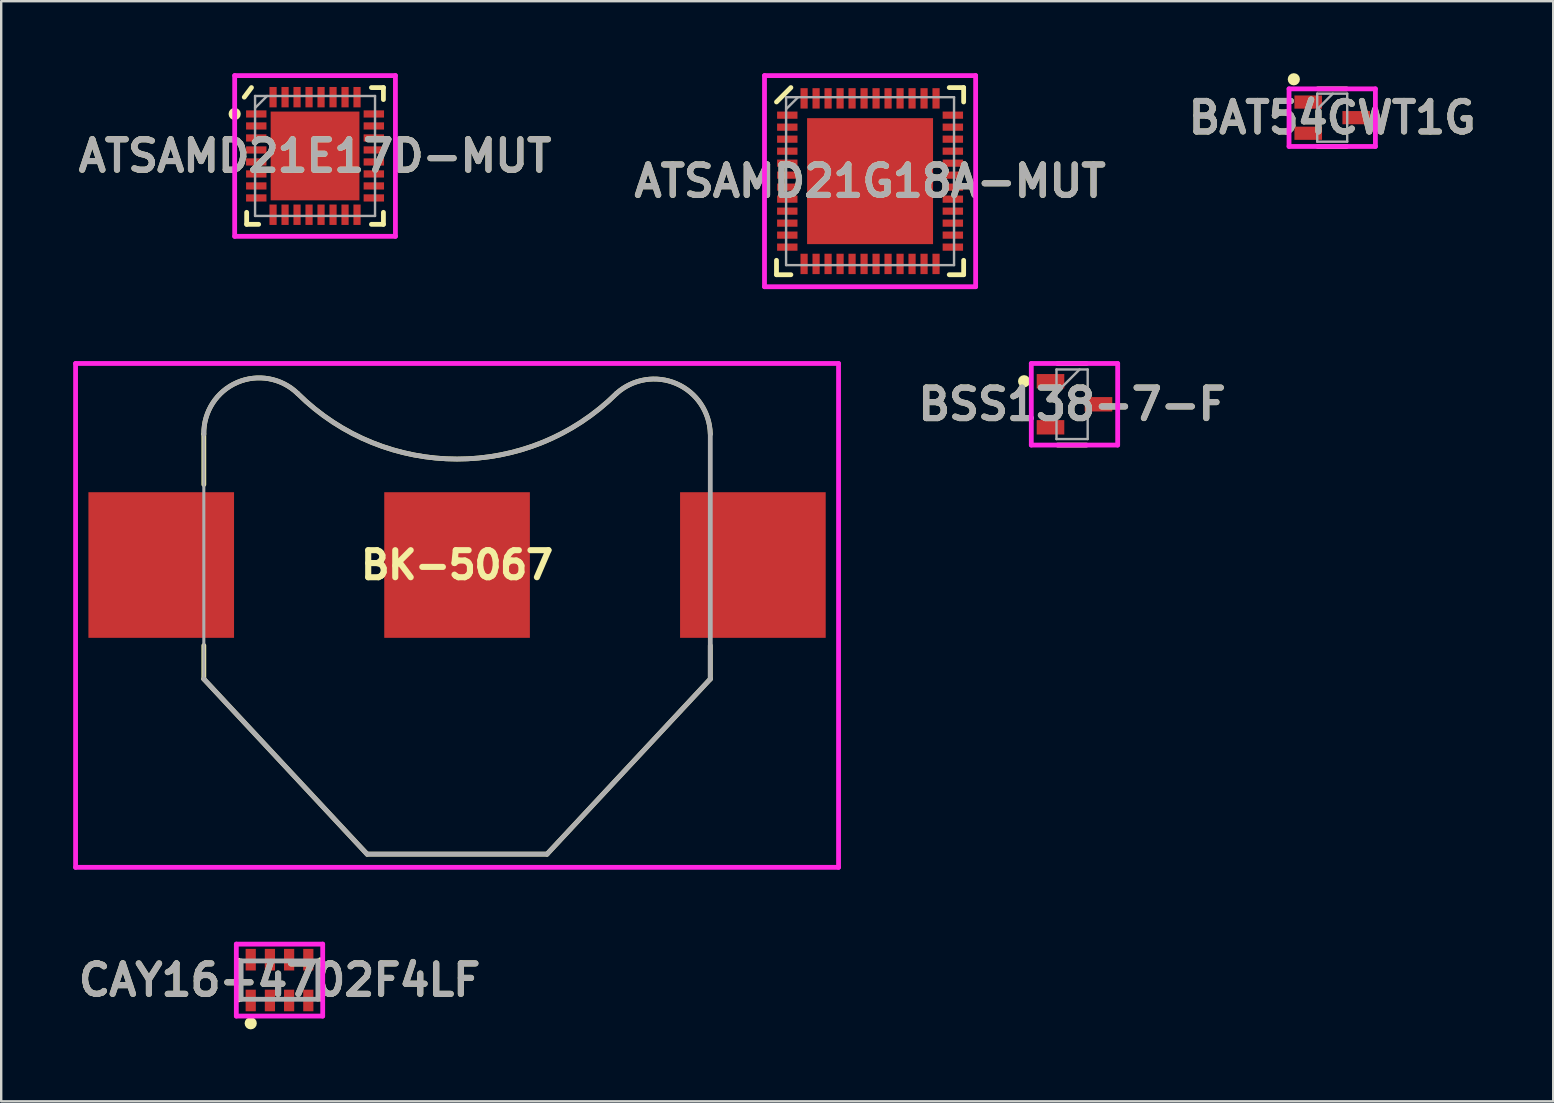
<source format=kicad_pcb>
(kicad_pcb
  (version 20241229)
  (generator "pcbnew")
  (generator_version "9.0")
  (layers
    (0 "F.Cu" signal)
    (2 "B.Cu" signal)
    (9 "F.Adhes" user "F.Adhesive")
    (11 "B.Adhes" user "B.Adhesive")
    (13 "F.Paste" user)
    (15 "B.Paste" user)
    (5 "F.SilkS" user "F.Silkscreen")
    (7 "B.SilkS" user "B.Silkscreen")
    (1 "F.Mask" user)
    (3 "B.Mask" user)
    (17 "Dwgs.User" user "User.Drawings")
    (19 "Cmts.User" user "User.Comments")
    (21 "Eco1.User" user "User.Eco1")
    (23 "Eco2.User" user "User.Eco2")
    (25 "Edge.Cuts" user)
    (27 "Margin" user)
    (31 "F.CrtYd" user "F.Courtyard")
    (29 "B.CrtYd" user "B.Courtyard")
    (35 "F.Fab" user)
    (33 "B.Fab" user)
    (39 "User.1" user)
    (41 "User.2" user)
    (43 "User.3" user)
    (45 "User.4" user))
  (footprint "BSS138-7-F"
    (layer "F.Cu")
    (at 41.634 13.8)
    (property "Reference" "BSS138-7-F" (at 0 0 0) (layer "F.SilkS") (effects (font (size 1.27 1.27) (thickness 0.254))))
    (attr smd)
    (fp_line (start -0.6 -1.7) (end 0.6 -1.7) (stroke (width 0.2) (type default)) (layer "F.SilkS"))
    (fp_line (start -0.6 1.7) (end 0.6 1.7) (stroke (width 0.2) (type default)) (layer "F.SilkS"))
    (fp_circle (center -2 -0.96) (end -1.873 -0.96) (stroke (width 0.254) (type solid)) (fill no) (layer "F.SilkS"))
    (fp_line (start -1.7 -1.7) (end 1.9 -1.7) (stroke (width 0.2) (type solid)) (layer "F.CrtYd"))
    (fp_line (start -1.7 1.7) (end -1.7 -1.7) (stroke (width 0.2) (type solid)) (layer "F.CrtYd"))
    (fp_line (start 1.9 -1.7) (end 1.9 1.7) (stroke (width 0.2) (type solid)) (layer "F.CrtYd"))
    (fp_line (start 1.9 1.7) (end -1.7 1.7) (stroke (width 0.2) (type solid)) (layer "F.CrtYd"))
    (fp_line (start -0.65 -1.45) (end 0.65 -1.45) (stroke (width 0.1) (type solid)) (layer "F.Fab"))
    (fp_line (start -0.65 -0.49) (end 0.31 -1.45) (stroke (width 0.1) (type solid)) (layer "F.Fab"))
    (fp_line (start -0.65 1.45) (end -0.65 -1.45) (stroke (width 0.1) (type solid)) (layer "F.Fab"))
    (fp_line (start 0.65 -1.45) (end 0.65 1.45) (stroke (width 0.1) (type solid)) (layer "F.Fab"))
    (fp_line (start 0.65 1.45) (end -0.65 1.45) (stroke (width 0.1) (type solid)) (layer "F.Fab"))
    (fp_text user "${REFERENCE}" (at 0 0 0) (layer "F.Fab") (effects (font (size 1.27 1.27) (thickness 0.254))))
    (pad "D" smd rect (at 1.1 0 90) (size 0.6 1.15) (layers "F.Cu" "F.Mask" "F.Paste"))
    (pad "G" smd rect (at -0.9 -0.96 90) (size 0.6 1.15) (layers "F.Cu" "F.Mask" "F.Paste"))
    (pad "S" smd rect (at -0.9 0.96 90) (size 0.6 1.15) (layers "F.Cu" "F.Mask" "F.Paste")))
  (footprint "CAY16-4702F4LF"
    (layer "F.Cu")
    (at 8.6 37.8)
    (property "Reference" "CAY16-4702F4LF" (at 0 0 0) (layer "F.SilkS") (effects (font (size 1.27 1.27) (thickness 0.254))))
    (attr smd)
    (fp_line (start -1.7 -0.825) (end -1.7 0.825) (stroke (width 0.2) (type solid)) (layer "F.SilkS"))
    (fp_line (start 1.7 -0.85) (end 1.7 0.8) (stroke (width 0.2) (type solid)) (layer "F.SilkS"))
    (fp_circle (center -1.2 1.8) (end -1.073 1.8) (stroke (width 0.254) (type default)) (fill no) (layer "F.SilkS"))
    (fp_line (start -1.8 -1.5) (end 1.8 -1.5) (stroke (width 0.2) (type solid)) (layer "F.CrtYd"))
    (fp_line (start -1.8 1.5) (end -1.8 -1.5) (stroke (width 0.2) (type solid)) (layer "F.CrtYd"))
    (fp_line (start 1.8 -1.5) (end 1.8 1.5) (stroke (width 0.2) (type solid)) (layer "F.CrtYd"))
    (fp_line (start 1.8 1.5) (end -1.8 1.5) (stroke (width 0.2) (type solid)) (layer "F.CrtYd"))
    (fp_line (start -1.6 -0.8) (end 1.6 -0.8) (stroke (width 0.2) (type solid)) (layer "F.Fab"))
    (fp_line (start -1.6 0.8) (end -1.6 -0.8) (stroke (width 0.2) (type solid)) (layer "F.Fab"))
    (fp_line (start 1.6 -0.8) (end 1.6 0.8) (stroke (width 0.2) (type solid)) (layer "F.Fab"))
    (fp_line (start 1.6 0.8) (end -1.6 0.8) (stroke (width 0.2) (type solid)) (layer "F.Fab"))
    (fp_text user "${REFERENCE}" (at 0 0 0) (layer "F.Fab") (effects (font (size 1.27 1.27) (thickness 0.254))))
    (pad "1" smd rect (at -1.2 0.85) (size 0.425 0.9) (layers "F.Cu" "F.Mask" "F.Paste"))
    (pad "2" smd rect (at -0.4 0.85) (size 0.425 0.9) (layers "F.Cu" "F.Mask" "F.Paste"))
    (pad "3" smd rect (at 0.4 0.85) (size 0.425 0.9) (layers "F.Cu" "F.Mask" "F.Paste"))
    (pad "4" smd rect (at 1.2 0.85) (size 0.425 0.9) (layers "F.Cu" "F.Mask" "F.Paste"))
    (pad "5" smd rect (at 1.2 -0.85) (size 0.425 0.9) (layers "F.Cu" "F.Mask" "F.Paste"))
    (pad "6" smd rect (at 0.4 -0.85) (size 0.425 0.9) (layers "F.Cu" "F.Mask" "F.Paste"))
    (pad "7" smd rect (at -0.4 -0.85) (size 0.425 0.9) (layers "F.Cu" "F.Mask" "F.Paste"))
    (pad "8" smd rect (at -1.2 -0.85) (size 0.425 0.9) (layers "F.Cu" "F.Mask" "F.Paste")))
  (footprint "ATSAMD21G18A-MUT"
    (layer "F.Cu")
    (at 33.214 4.5)
    (property "Reference" "ATSAMD21G18A-MUT" (at 0 0 0) (layer "F.SilkS") (effects (font (size 1.27 1.27) (thickness 0.254))))
    (attr smd)
    (fp_line (start -3.9 -3.3) (end -3.3 -3.9) (stroke (width 0.2) (type default)) (layer "F.SilkS"))
    (fp_line (start -3.9 3.3) (end -3.9 3.9) (stroke (width 0.2) (type default)) (layer "F.SilkS"))
    (fp_line (start -3.9 3.9) (end -3.3 3.9) (stroke (width 0.2) (type default)) (layer "F.SilkS"))
    (fp_line (start 3.3 3.9) (end 3.9 3.9) (stroke (width 0.2) (type default)) (layer "F.SilkS"))
    (fp_line (start 3.9 -3.9) (end 3.3 -3.9) (stroke (width 0.2) (type default)) (layer "F.SilkS"))
    (fp_line (start 3.9 -3.3) (end 3.9 -3.9) (stroke (width 0.2) (type default)) (layer "F.SilkS"))
    (fp_line (start 3.9 3.9) (end 3.9 3.3) (stroke (width 0.2) (type default)) (layer "F.SilkS"))
    (fp_line (start -4.4 -4.4) (end 4.4 -4.4) (stroke (width 0.2) (type solid)) (layer "F.CrtYd"))
    (fp_line (start -4.4 4.4) (end -4.4 -4.4) (stroke (width 0.2) (type solid)) (layer "F.CrtYd"))
    (fp_line (start 4.4 -4.4) (end 4.4 4.4) (stroke (width 0.2) (type solid)) (layer "F.CrtYd"))
    (fp_line (start 4.4 4.4) (end -4.4 4.4) (stroke (width 0.2) (type solid)) (layer "F.CrtYd"))
    (fp_line (start -3.5 -3.5) (end 3.5 -3.5) (stroke (width 0.1) (type solid)) (layer "F.Fab"))
    (fp_line (start -3.5 -3) (end -3 -3.5) (stroke (width 0.1) (type solid)) (layer "F.Fab"))
    (fp_line (start -3.5 3.5) (end -3.5 -3.5) (stroke (width 0.1) (type solid)) (layer "F.Fab"))
    (fp_line (start 3.5 -3.5) (end 3.5 3.5) (stroke (width 0.1) (type solid)) (layer "F.Fab"))
    (fp_line (start 3.5 3.5) (end -3.5 3.5) (stroke (width 0.1) (type solid)) (layer "F.Fab"))
    (fp_text user "${REFERENCE}" (at 0 0 0) (layer "F.Fab") (effects (font (size 1.27 1.27) (thickness 0.254))))
    (pad "1" smd rect (at -3.45 -2.75 90) (size 0.3 0.85) (layers "F.Cu" "F.Mask" "F.Paste"))
    (pad "2" smd rect (at -3.45 -2.25 90) (size 0.3 0.85) (layers "F.Cu" "F.Mask" "F.Paste"))
    (pad "3" smd rect (at -3.45 -1.75 90) (size 0.3 0.85) (layers "F.Cu" "F.Mask" "F.Paste"))
    (pad "4" smd rect (at -3.45 -1.25 90) (size 0.3 0.85) (layers "F.Cu" "F.Mask" "F.Paste"))
    (pad "5" smd rect (at -3.45 -0.75 90) (size 0.3 0.85) (layers "F.Cu" "F.Mask" "F.Paste"))
    (pad "6" smd rect (at -3.45 -0.25 90) (size 0.3 0.85) (layers "F.Cu" "F.Mask" "F.Paste"))
    (pad "7" smd rect (at -3.45 0.25 90) (size 0.3 0.85) (layers "F.Cu" "F.Mask" "F.Paste"))
    (pad "8" smd rect (at -3.45 0.75 90) (size 0.3 0.85) (layers "F.Cu" "F.Mask" "F.Paste"))
    (pad "9" smd rect (at -3.45 1.25 90) (size 0.3 0.85) (layers "F.Cu" "F.Mask" "F.Paste"))
    (pad "10" smd rect (at -3.45 1.75 90) (size 0.3 0.85) (layers "F.Cu" "F.Mask" "F.Paste"))
    (pad "11" smd rect (at -3.45 2.25 90) (size 0.3 0.85) (layers "F.Cu" "F.Mask" "F.Paste"))
    (pad "12" smd rect (at -3.45 2.75 90) (size 0.3 0.85) (layers "F.Cu" "F.Mask" "F.Paste"))
    (pad "13" smd rect (at -2.75 3.45) (size 0.3 0.85) (layers "F.Cu" "F.Mask" "F.Paste"))
    (pad "14" smd rect (at -2.25 3.45) (size 0.3 0.85) (layers "F.Cu" "F.Mask" "F.Paste"))
    (pad "15" smd rect (at -1.75 3.45) (size 0.3 0.85) (layers "F.Cu" "F.Mask" "F.Paste"))
    (pad "16" smd rect (at -1.25 3.45) (size 0.3 0.85) (layers "F.Cu" "F.Mask" "F.Paste"))
    (pad "17" smd rect (at -0.75 3.45) (size 0.3 0.85) (layers "F.Cu" "F.Mask" "F.Paste"))
    (pad "18" smd rect (at -0.25 3.45) (size 0.3 0.85) (layers "F.Cu" "F.Mask" "F.Paste"))
    (pad "19" smd rect (at 0.25 3.45) (size 0.3 0.85) (layers "F.Cu" "F.Mask" "F.Paste"))
    (pad "20" smd rect (at 0.75 3.45) (size 0.3 0.85) (layers "F.Cu" "F.Mask" "F.Paste"))
    (pad "21" smd rect (at 1.25 3.45) (size 0.3 0.85) (layers "F.Cu" "F.Mask" "F.Paste"))
    (pad "22" smd rect (at 1.75 3.45) (size 0.3 0.85) (layers "F.Cu" "F.Mask" "F.Paste"))
    (pad "23" smd rect (at 2.25 3.45) (size 0.3 0.85) (layers "F.Cu" "F.Mask" "F.Paste"))
    (pad "24" smd rect (at 2.75 3.45) (size 0.3 0.85) (layers "F.Cu" "F.Mask" "F.Paste"))
    (pad "25" smd rect (at 3.45 2.75 90) (size 0.3 0.85) (layers "F.Cu" "F.Mask" "F.Paste"))
    (pad "26" smd rect (at 3.45 2.25 90) (size 0.3 0.85) (layers "F.Cu" "F.Mask" "F.Paste"))
    (pad "27" smd rect (at 3.45 1.75 90) (size 0.3 0.85) (layers "F.Cu" "F.Mask" "F.Paste"))
    (pad "28" smd rect (at 3.45 1.25 90) (size 0.3 0.85) (layers "F.Cu" "F.Mask" "F.Paste"))
    (pad "29" smd rect (at 3.45 0.75 90) (size 0.3 0.85) (layers "F.Cu" "F.Mask" "F.Paste"))
    (pad "30" smd rect (at 3.45 0.25 90) (size 0.3 0.85) (layers "F.Cu" "F.Mask" "F.Paste"))
    (pad "31" smd rect (at 3.45 -0.25 90) (size 0.3 0.85) (layers "F.Cu" "F.Mask" "F.Paste"))
    (pad "32" smd rect (at 3.45 -0.75 90) (size 0.3 0.85) (layers "F.Cu" "F.Mask" "F.Paste"))
    (pad "33" smd rect (at 3.45 -1.25 90) (size 0.3 0.85) (layers "F.Cu" "F.Mask" "F.Paste"))
    (pad "34" smd rect (at 3.45 -1.75 90) (size 0.3 0.85) (layers "F.Cu" "F.Mask" "F.Paste"))
    (pad "35" smd rect (at 3.45 -2.25 90) (size 0.3 0.85) (layers "F.Cu" "F.Mask" "F.Paste"))
    (pad "36" smd rect (at 3.45 -2.75 90) (size 0.3 0.85) (layers "F.Cu" "F.Mask" "F.Paste"))
    (pad "37" smd rect (at 2.75 -3.45) (size 0.3 0.85) (layers "F.Cu" "F.Mask" "F.Paste"))
    (pad "38" smd rect (at 2.25 -3.45) (size 0.3 0.85) (layers "F.Cu" "F.Mask" "F.Paste"))
    (pad "39" smd rect (at 1.75 -3.45) (size 0.3 0.85) (layers "F.Cu" "F.Mask" "F.Paste"))
    (pad "40" smd rect (at 1.25 -3.45) (size 0.3 0.85) (layers "F.Cu" "F.Mask" "F.Paste"))
    (pad "41" smd rect (at 0.75 -3.45) (size 0.3 0.85) (layers "F.Cu" "F.Mask" "F.Paste"))
    (pad "42" smd rect (at 0.25 -3.45) (size 0.3 0.85) (layers "F.Cu" "F.Mask" "F.Paste"))
    (pad "43" smd rect (at -0.25 -3.45) (size 0.3 0.85) (layers "F.Cu" "F.Mask" "F.Paste"))
    (pad "44" smd rect (at -0.75 -3.45) (size 0.3 0.85) (layers "F.Cu" "F.Mask" "F.Paste"))
    (pad "45" smd rect (at -1.25 -3.45) (size 0.3 0.85) (layers "F.Cu" "F.Mask" "F.Paste"))
    (pad "46" smd rect (at -1.75 -3.45) (size 0.3 0.85) (layers "F.Cu" "F.Mask" "F.Paste"))
    (pad "47" smd rect (at -2.25 -3.45) (size 0.3 0.85) (layers "F.Cu" "F.Mask" "F.Paste"))
    (pad "48" smd rect (at -2.75 -3.45) (size 0.3 0.85) (layers "F.Cu" "F.Mask" "F.Paste"))
    (pad "49" smd rect (at 0 0) (size 5.25 5.25) (layers "F.Cu" "F.Mask" "F.Paste")))
  (footprint "ATSAMD21E17D-MUT"
    (layer "F.Cu")
    (at 10.081 3.45)
    (property "Reference" "ATSAMD21E17D-MUT" (at 0 0 0) (layer "F.SilkS") (effects (font (size 1.27 1.27) (thickness 0.254))))
    (attr smd)
    (fp_line (start -2.95 -2.45) (end -2.65 -2.85) (stroke (width 0.2) (type default)) (layer "F.SilkS"))
    (fp_line (start -2.85 2.85) (end -2.85 2.35) (stroke (width 0.2) (type default)) (layer "F.SilkS"))
    (fp_line (start -2.35 2.85) (end -2.85 2.85) (stroke (width 0.2) (type default)) (layer "F.SilkS"))
    (fp_line (start 2.35 -2.85) (end 2.85 -2.85) (stroke (width 0.2) (type default)) (layer "F.SilkS"))
    (fp_line (start 2.85 -2.85) (end 2.85 -2.35) (stroke (width 0.2) (type default)) (layer "F.SilkS"))
    (fp_line (start 2.85 2.35) (end 2.85 2.85) (stroke (width 0.2) (type default)) (layer "F.SilkS"))
    (fp_line (start 2.85 2.85) (end 2.35 2.85) (stroke (width 0.2) (type default)) (layer "F.SilkS"))
    (fp_circle (center -3.35 -1.75) (end -3.223 -1.75) (stroke (width 0.254) (type solid)) (fill no) (layer "F.SilkS"))
    (fp_line (start -3.35 -3.35) (end 3.35 -3.35) (stroke (width 0.2) (type solid)) (layer "F.CrtYd"))
    (fp_line (start -3.35 3.35) (end -3.35 -3.35) (stroke (width 0.2) (type solid)) (layer "F.CrtYd"))
    (fp_line (start 3.35 -3.35) (end 3.35 3.35) (stroke (width 0.2) (type solid)) (layer "F.CrtYd"))
    (fp_line (start 3.35 3.35) (end -3.35 3.35) (stroke (width 0.2) (type solid)) (layer "F.CrtYd"))
    (fp_line (start -2.5 -2.5) (end 2.5 -2.5) (stroke (width 0.1) (type solid)) (layer "F.Fab"))
    (fp_line (start -2.5 -2) (end -2 -2.5) (stroke (width 0.1) (type solid)) (layer "F.Fab"))
    (fp_line (start -2.5 2.5) (end -2.5 -2.5) (stroke (width 0.1) (type solid)) (layer "F.Fab"))
    (fp_line (start 2.5 -2.5) (end 2.5 2.5) (stroke (width 0.1) (type solid)) (layer "F.Fab"))
    (fp_line (start 2.5 2.5) (end -2.5 2.5) (stroke (width 0.1) (type solid)) (layer "F.Fab"))
    (fp_text user "${REFERENCE}" (at 0 0 0) (layer "F.Fab") (effects (font (size 1.27 1.27) (thickness 0.254))))
    (pad "1" smd rect (at -2.45 -1.75 90) (size 0.3 0.85) (layers "F.Cu" "F.Mask" "F.Paste"))
    (pad "2" smd rect (at -2.45 -1.25 90) (size 0.3 0.85) (layers "F.Cu" "F.Mask" "F.Paste"))
    (pad "3" smd rect (at -2.45 -0.75 90) (size 0.3 0.85) (layers "F.Cu" "F.Mask" "F.Paste"))
    (pad "4" smd rect (at -2.45 -0.25 90) (size 0.3 0.85) (layers "F.Cu" "F.Mask" "F.Paste"))
    (pad "5" smd rect (at -2.45 0.25 90) (size 0.3 0.85) (layers "F.Cu" "F.Mask" "F.Paste"))
    (pad "6" smd rect (at -2.45 0.75 90) (size 0.3 0.85) (layers "F.Cu" "F.Mask" "F.Paste"))
    (pad "7" smd rect (at -2.45 1.25 90) (size 0.3 0.85) (layers "F.Cu" "F.Mask" "F.Paste"))
    (pad "8" smd rect (at -2.45 1.75 90) (size 0.3 0.85) (layers "F.Cu" "F.Mask" "F.Paste"))
    (pad "9" smd rect (at -1.75 2.45) (size 0.3 0.85) (layers "F.Cu" "F.Mask" "F.Paste"))
    (pad "10" smd rect (at -1.25 2.45) (size 0.3 0.85) (layers "F.Cu" "F.Mask" "F.Paste"))
    (pad "11" smd rect (at -0.75 2.45) (size 0.3 0.85) (layers "F.Cu" "F.Mask" "F.Paste"))
    (pad "12" smd rect (at -0.25 2.45) (size 0.3 0.85) (layers "F.Cu" "F.Mask" "F.Paste"))
    (pad "13" smd rect (at 0.25 2.45) (size 0.3 0.85) (layers "F.Cu" "F.Mask" "F.Paste"))
    (pad "14" smd rect (at 0.75 2.45) (size 0.3 0.85) (layers "F.Cu" "F.Mask" "F.Paste"))
    (pad "15" smd rect (at 1.25 2.45) (size 0.3 0.85) (layers "F.Cu" "F.Mask" "F.Paste"))
    (pad "16" smd rect (at 1.75 2.45) (size 0.3 0.85) (layers "F.Cu" "F.Mask" "F.Paste"))
    (pad "17" smd rect (at 2.45 1.75 90) (size 0.3 0.85) (layers "F.Cu" "F.Mask" "F.Paste"))
    (pad "18" smd rect (at 2.45 1.25 90) (size 0.3 0.85) (layers "F.Cu" "F.Mask" "F.Paste"))
    (pad "19" smd rect (at 2.45 0.75 90) (size 0.3 0.85) (layers "F.Cu" "F.Mask" "F.Paste"))
    (pad "20" smd rect (at 2.45 0.25 90) (size 0.3 0.85) (layers "F.Cu" "F.Mask" "F.Paste"))
    (pad "21" smd rect (at 2.45 -0.25 90) (size 0.3 0.85) (layers "F.Cu" "F.Mask" "F.Paste"))
    (pad "22" smd rect (at 2.45 -0.75 90) (size 0.3 0.85) (layers "F.Cu" "F.Mask" "F.Paste"))
    (pad "23" smd rect (at 2.45 -1.25 90) (size 0.3 0.85) (layers "F.Cu" "F.Mask" "F.Paste"))
    (pad "24" smd rect (at 2.45 -1.75 90) (size 0.3 0.85) (layers "F.Cu" "F.Mask" "F.Paste"))
    (pad "25" smd rect (at 1.75 -2.45) (size 0.3 0.85) (layers "F.Cu" "F.Mask" "F.Paste"))
    (pad "26" smd rect (at 1.25 -2.45) (size 0.3 0.85) (layers "F.Cu" "F.Mask" "F.Paste"))
    (pad "27" smd rect (at 0.75 -2.45) (size 0.3 0.85) (layers "F.Cu" "F.Mask" "F.Paste"))
    (pad "28" smd rect (at 0.25 -2.45) (size 0.3 0.85) (layers "F.Cu" "F.Mask" "F.Paste"))
    (pad "29" smd rect (at -0.25 -2.45) (size 0.3 0.85) (layers "F.Cu" "F.Mask" "F.Paste"))
    (pad "30" smd rect (at -0.75 -2.45) (size 0.3 0.85) (layers "F.Cu" "F.Mask" "F.Paste"))
    (pad "31" smd rect (at -1.25 -2.45) (size 0.3 0.85) (layers "F.Cu" "F.Mask" "F.Paste"))
    (pad "32" smd rect (at -1.75 -2.45) (size 0.3 0.85) (layers "F.Cu" "F.Mask" "F.Paste"))
    (pad "33" smd rect (at 0 0) (size 3.7 3.7) (layers "F.Cu" "F.Mask" "F.Paste")))
  (footprint "BAT54CWT1G"
    (layer "F.Cu")
    (at 52.476 1.854)
    (property "Reference" "BAT54CWT1G" (at 0 0 0) (layer "F.SilkS") (effects (font (size 1.27 1.27) (thickness 0.254))))
    (attr smd)
    (fp_line (start -0.6 -1.2) (end 0.6 -1.2) (stroke (width 0.2) (type default)) (layer "F.SilkS"))
    (fp_line (start -0.6 1.2) (end 0.6 1.2) (stroke (width 0.2) (type default)) (layer "F.SilkS"))
    (fp_circle (center -1.6 -1.6) (end -1.473 -1.6) (stroke (width 0.254) (type default)) (fill no) (layer "F.SilkS"))
    (fp_line (start -1.8 -1.2) (end 1.8 -1.2) (stroke (width 0.2) (type solid)) (layer "F.CrtYd"))
    (fp_line (start -1.8 1.2) (end -1.8 -1.2) (stroke (width 0.2) (type solid)) (layer "F.CrtYd"))
    (fp_line (start 1.8 -1.2) (end 1.8 1.2) (stroke (width 0.2) (type solid)) (layer "F.CrtYd"))
    (fp_line (start 1.8 1.2) (end -1.8 1.2) (stroke (width 0.2) (type solid)) (layer "F.CrtYd"))
    (fp_line (start -0.625 -1) (end 0.625 -1) (stroke (width 0.1) (type solid)) (layer "F.Fab"))
    (fp_line (start -0.625 -0.35) (end 0.025 -1) (stroke (width 0.1) (type solid)) (layer "F.Fab"))
    (fp_line (start -0.625 1) (end -0.625 -1) (stroke (width 0.1) (type solid)) (layer "F.Fab"))
    (fp_line (start 0.625 -1) (end 0.625 1) (stroke (width 0.1) (type solid)) (layer "F.Fab"))
    (fp_line (start 0.625 1) (end -0.625 1) (stroke (width 0.1) (type solid)) (layer "F.Fab"))
    (fp_text user "${REFERENCE}" (at 0 0 0) (layer "F.Fab") (effects (font (size 1.27 1.27) (thickness 0.254))))
    (pad "A1" smd rect (at -1 -0.65 90) (size 0.55 1.15) (layers "F.Cu" "F.Mask" "F.Paste"))
    (pad "A2" smd rect (at -1 0.65 90) (size 0.55 1.15) (layers "F.Cu" "F.Mask" "F.Paste"))
    (pad "K" smd rect (at 1 0 90) (size 0.55 1.15) (layers "F.Cu" "F.Mask" "F.Paste")))
  (footprint "BK-5067"
    (layer "F.Cu")
    (at 16 20.5)
    (property "Reference" "BK-5067" (at 0 0 0) (layer "F.SilkS") (effects (font (size 1.127 1.127) (thickness 0.254) (bold yes))))
    (attr smd)
    (fp_line (start -10.555 -3.355) (end -10.555 -5.46) (stroke (width 0.2) (type solid)) (layer "F.SilkS"))
    (fp_line (start -10.555 4.75) (end -10.555 3.355) (stroke (width 0.2) (type solid)) (layer "F.SilkS"))
    (fp_line (start -3.75 12.05) (end -10.555 4.75) (stroke (width 0.2) (type solid)) (layer "F.SilkS"))
    (fp_line (start 3.75 12.05) (end -3.75 12.05) (stroke (width 0.2) (type solid)) (layer "F.SilkS"))
    (fp_line (start 10.555 -3.355) (end 10.555 -5.46) (stroke (width 0.127) (type solid)) (layer "F.SilkS"))
    (fp_line (start 10.555 4.75) (end 3.75 12.05) (stroke (width 0.2) (type solid)) (layer "F.SilkS"))
    (fp_line (start 10.555 4.75) (end 10.555 3.355) (stroke (width 0.2) (type solid)) (layer "F.SilkS"))
    (fp_arc (start -10.555001 -5.46) (mid -9.167499 -7.609164) (end -6.65 -7.155) (stroke (width 0.2) (type solid)) (layer "F.SilkS"))
    (fp_arc (start 6.649999 -7.154999) (mid 9.145713 -7.558974) (end 10.555 -5.46) (stroke (width 0.2) (type solid)) (layer "F.SilkS"))
    (fp_arc (start 6.65 -7.155) (mid 0 -4.416766) (end -6.65 -7.155) (stroke (width 0.2) (type solid)) (layer "F.SilkS"))
    (fp_line (start -15.9 -8.4) (end 15.9 -8.4) (stroke (width 0.2) (type solid)) (layer "F.CrtYd"))
    (fp_line (start -15.9 12.6) (end -15.9 -8.4) (stroke (width 0.2) (type solid)) (layer "F.CrtYd"))
    (fp_line (start 15.9 -8.4) (end 15.9 12.6) (stroke (width 0.2) (type solid)) (layer "F.CrtYd"))
    (fp_line (start 15.9 12.6) (end -15.9 12.6) (stroke (width 0.2) (type solid)) (layer "F.CrtYd"))
    (fp_line (start -10.555 4.75) (end -10.555 -5.46) (stroke (width 0.127) (type solid)) (layer "F.Fab"))
    (fp_line (start -3.75 12.05) (end -10.555 4.75) (stroke (width 0.2) (type solid)) (layer "F.Fab"))
    (fp_line (start 3.75 12.05) (end -3.75 12.05) (stroke (width 0.2) (type solid)) (layer "F.Fab"))
    (fp_line (start 10.555 -5.46) (end 10.555 4.75) (stroke (width 0.2) (type solid)) (layer "F.Fab"))
    (fp_line (start 10.555 4.75) (end 3.75 12.05) (stroke (width 0.2) (type solid)) (layer "F.Fab"))
    (fp_arc (start -10.555001 -5.46) (mid -9.167499 -7.609164) (end -6.65 -7.155) (stroke (width 0.2) (type solid)) (layer "F.Fab"))
    (fp_arc (start 6.649999 -7.154999) (mid 9.145713 -7.558974) (end 10.555 -5.46) (stroke (width 0.2) (type solid)) (layer "F.Fab"))
    (fp_arc (start 6.65 -7.155) (mid 0 -4.416766) (end -6.65 -7.155) (stroke (width 0.2) (type solid)) (layer "F.Fab"))
    (pad "+" smd rect (at -12.33 0) (size 6.07 6.07) (layers "F.Cu" "F.Mask" "F.Paste"))
    (pad "+" smd rect (at 12.33 0) (size 6.07 6.07) (layers "F.Cu" "F.Mask" "F.Paste"))
    (pad "-" smd rect (at 0 0) (size 6.07 6.07) (layers "F.Cu" "F.Mask")))
  (gr_rect
    (start -3 -3)
    (end 61.687 42.854)
    (stroke (width 0.1) (type default))
    (fill no)
    (layer "Edge.Cuts")))
</source>
